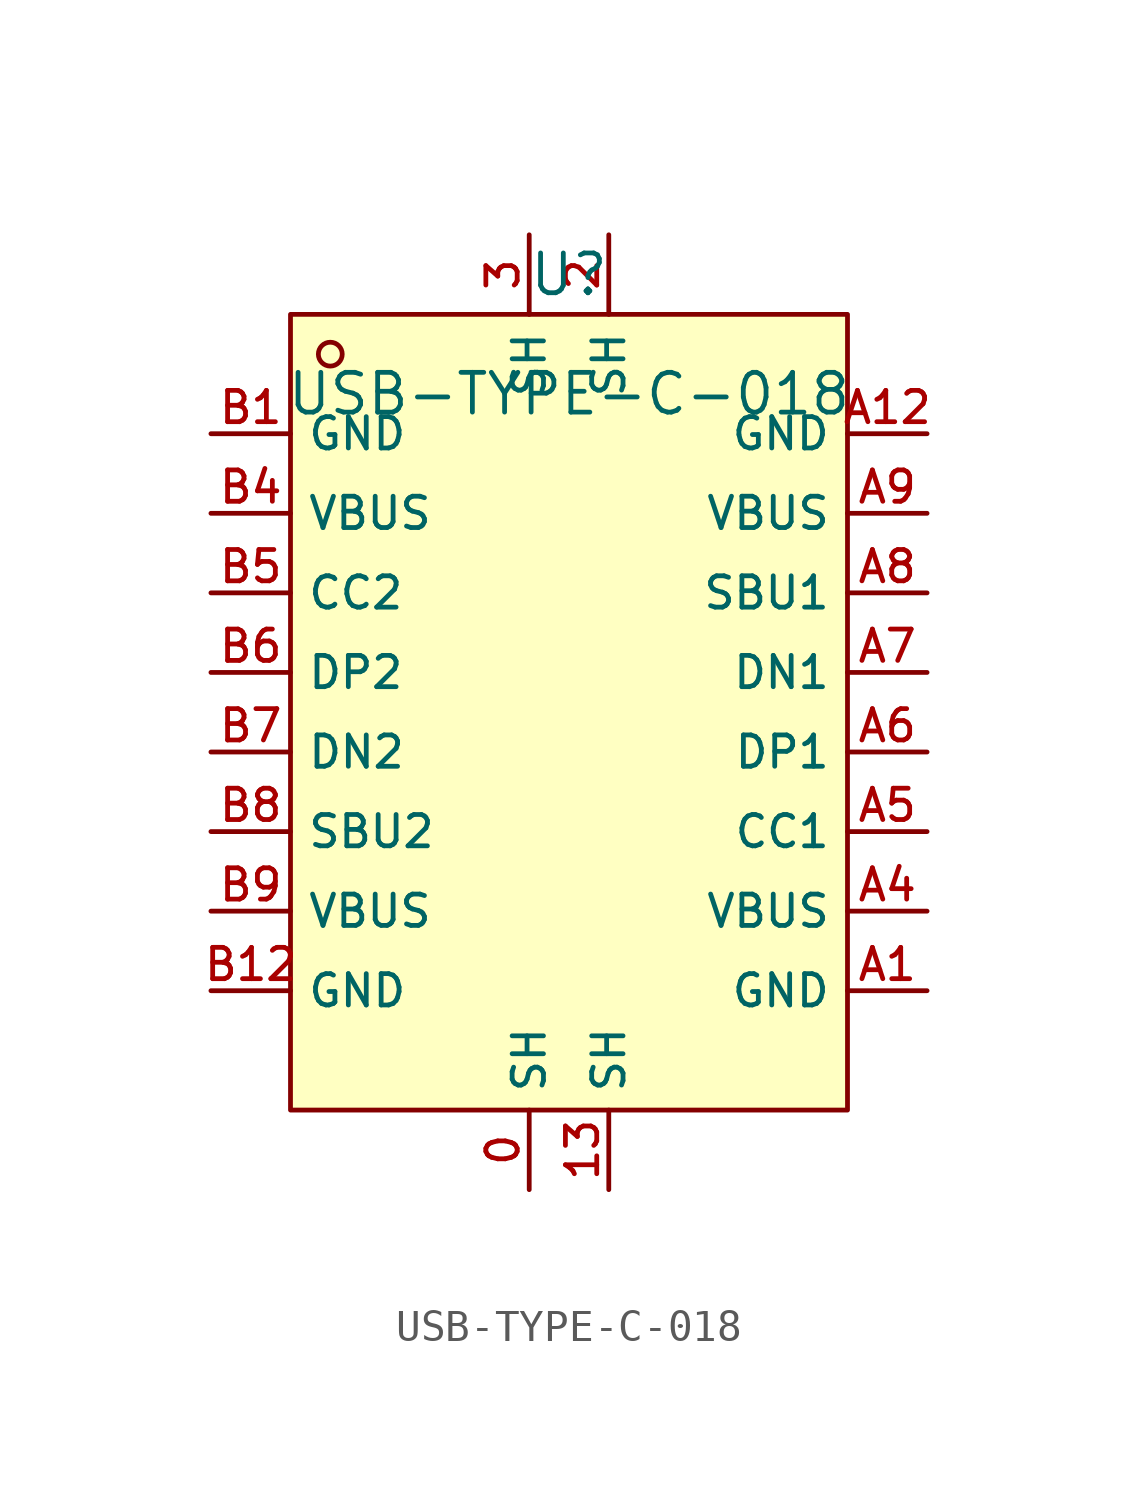
<source format=kicad_sym>
(kicad_symbol_lib
  (version 20210201)
  (generator TousstNicolas/JLC2KiCad_lib)
  (symbol "USB-TYPE-C-018"
    (property "Reference" "U"
      (at 0 1.27 0)
      (effects (font (size 1.27 1.27))))
    (property "Value" "USB-TYPE-C-018"
      (at 0 -2.54 0)
      (effects (font (size 1.27 1.27))))
    (symbol "USB-TYPE-C-018_0_1"
      (rectangle (start -8.89 0.0) (end 8.89 -25.4) (stroke (width 0) (type default) (color 0 0 0 0)) (fill (type background)))
      (circle (center -7.62 -1.27) (radius 0.381) (stroke (width 0) (type default) (color 0 0 0 0)) (fill (type background)))
      (pin unspecified line (at -11.43 -3.81 0) (length 2.54) (name "GND" (effects (font (size 1 1)))) (number "B1" (effects (font (size 1 1)))))
      (pin unspecified line (at -11.43 -6.35 0) (length 2.54) (name "VBUS" (effects (font (size 1 1)))) (number "B4" (effects (font (size 1 1)))))
      (pin unspecified line (at -11.43 -8.89 0) (length 2.54) (name "CC2" (effects (font (size 1 1)))) (number "B5" (effects (font (size 1 1)))))
      (pin unspecified line (at -11.43 -11.43 0) (length 2.54) (name "DP2" (effects (font (size 1 1)))) (number "B6" (effects (font (size 1 1)))))
      (pin unspecified line (at -11.43 -13.97 0) (length 2.54) (name "DN2" (effects (font (size 1 1)))) (number "B7" (effects (font (size 1 1)))))
      (pin unspecified line (at -11.43 -16.51 0) (length 2.54) (name "SBU2" (effects (font (size 1 1)))) (number "B8" (effects (font (size 1 1)))))
      (pin unspecified line (at -11.43 -19.05 0) (length 2.54) (name "VBUS" (effects (font (size 1 1)))) (number "B9" (effects (font (size 1 1)))))
      (pin unspecified line (at -11.43 -21.59 0) (length 2.54) (name "GND" (effects (font (size 1 1)))) (number "B12" (effects (font (size 1 1)))))
      (pin unspecified line (at 11.43 -21.59 180) (length 2.54) (name "GND" (effects (font (size 1 1)))) (number "A1" (effects (font (size 1 1)))))
      (pin unspecified line (at 11.43 -19.05 180) (length 2.54) (name "VBUS" (effects (font (size 1 1)))) (number "A4" (effects (font (size 1 1)))))
      (pin unspecified line (at 11.43 -16.51 180) (length 2.54) (name "CC1" (effects (font (size 1 1)))) (number "A5" (effects (font (size 1 1)))))
      (pin unspecified line (at 11.43 -13.97 180) (length 2.54) (name "DP1" (effects (font (size 1 1)))) (number "A6" (effects (font (size 1 1)))))
      (pin unspecified line (at 11.43 -11.43 180) (length 2.54) (name "DN1" (effects (font (size 1 1)))) (number "A7" (effects (font (size 1 1)))))
      (pin unspecified line (at 11.43 -8.89 180) (length 2.54) (name "SBU1" (effects (font (size 1 1)))) (number "A8" (effects (font (size 1 1)))))
      (pin unspecified line (at 11.43 -6.35 180) (length 2.54) (name "VBUS" (effects (font (size 1 1)))) (number "A9" (effects (font (size 1 1)))))
      (pin unspecified line (at 11.43 -3.81 180) (length 2.54) (name "GND" (effects (font (size 1 1)))) (number "A12" (effects (font (size 1 1)))))
      (pin unspecified line (at 1.27 -27.94 90) (length 2.54) (name "SH" (effects (font (size 1 1)))) (number "13" (effects (font (size 1 1)))))
      (pin unspecified line (at 1.27 2.54 270) (length 2.54) (name "SH" (effects (font (size 1 1)))) (number "2" (effects (font (size 1 1)))))
      (pin unspecified line (at -1.27 2.54 270) (length 2.54) (name "SH" (effects (font (size 1 1)))) (number "3" (effects (font (size 1 1)))))
      (pin unspecified line (at -1.27 -27.94 90) (length 2.54) (name "SH" (effects (font (size 1 1)))) (number "0" (effects (font (size 1 1))))))))
</source>
